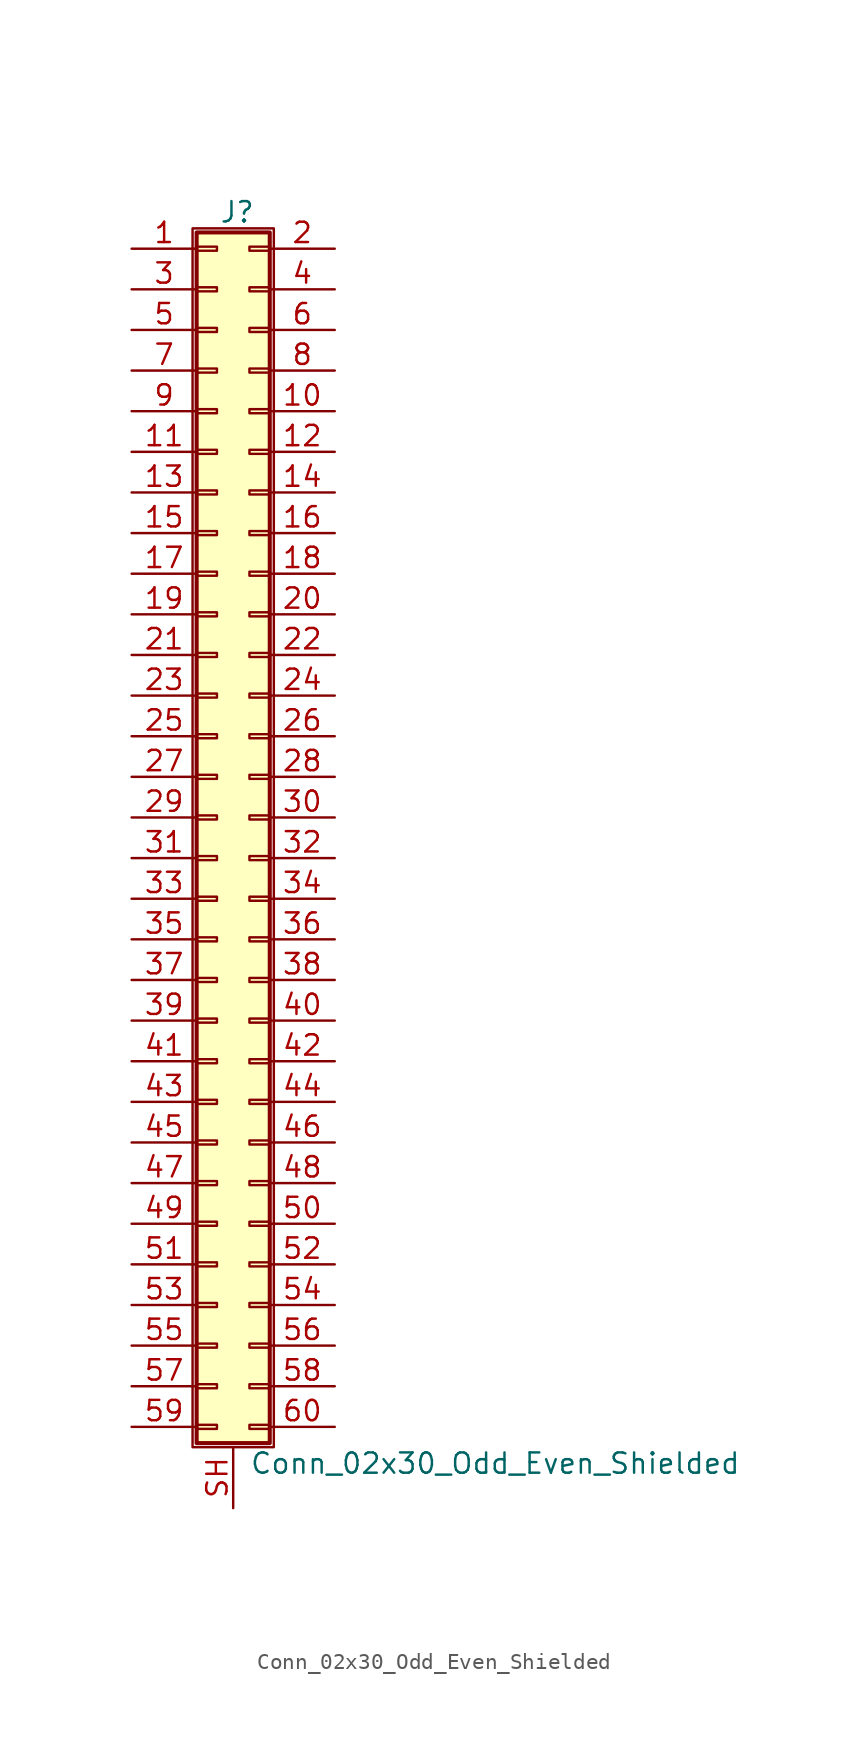
<source format=kicad_sym>
(kicad_symbol_lib
  (version 20201005)
  (generator kicad_symbol_editor)
  (symbol "Connector_Generic_Shielded:Conn_02x30_Odd_Even_Shielded"
    (pin_names
      (offset 1.016) hide)
    (property "Reference" "J"
      (at 1.524 37.846 0)
      (effects (font (size 1.27 1.27))))
    (property "Value" "Conn_02x30_Odd_Even_Shielded"
      (at 2.286 -40.386 0)
      (effects (font (size 1.27 1.27)) (justify left)))
    (symbol "Conn_02x30_Odd_Even_Shielded_1_1"
      (rectangle (start -1.016 -27.813) (end 0.254 -28.067) (stroke (width 0.152)) (fill (type none)))
      (rectangle (start -1.016 -30.353) (end 0.254 -30.607) (stroke (width 0.152)) (fill (type none)))
      (rectangle (start -1.016 -32.893) (end 0.254 -33.147) (stroke (width 0.152)) (fill (type none)))
      (rectangle (start -1.016 -35.433) (end 0.254 -35.687) (stroke (width 0.152)) (fill (type none)))
      (rectangle (start -1.016 -37.973) (end 0.254 -38.227) (stroke (width 0.152)) (fill (type none)))
      (rectangle (start -1.016 -4.953) (end 0.254 -5.207) (stroke (width 0.152)) (fill (type none)))
      (rectangle (start -1.016 -7.493) (end 0.254 -7.747) (stroke (width 0.152)) (fill (type none)))
      (rectangle (start -1.016 -10.033) (end 0.254 -10.287) (stroke (width 0.152)) (fill (type none)))
      (rectangle (start -1.016 -12.573) (end 0.254 -12.827) (stroke (width 0.152)) (fill (type none)))
      (rectangle (start -1.016 -15.113) (end 0.254 -15.367) (stroke (width 0.152)) (fill (type none)))
      (rectangle (start -1.016 -17.653) (end 0.254 -17.907) (stroke (width 0.152)) (fill (type none)))
      (rectangle (start -1.016 -20.193) (end 0.254 -20.447) (stroke (width 0.152)) (fill (type none)))
      (rectangle (start -1.016 -22.733) (end 0.254 -22.987) (stroke (width 0.152)) (fill (type none)))
      (rectangle (start -1.016 -2.413) (end 0.254 -2.667) (stroke (width 0.152)) (fill (type none)))
      (rectangle (start -1.016 -25.273) (end 0.254 -25.527) (stroke (width 0.152)) (fill (type none)))
      (rectangle (start -1.016 25.527) (end 0.254 25.273) (stroke (width 0.152)) (fill (type none)))
      (rectangle (start -1.016 2.667) (end 0.254 2.413) (stroke (width 0.152)) (fill (type none)))
      (rectangle (start -1.016 28.067) (end 0.254 27.813) (stroke (width 0.152)) (fill (type none)))
      (rectangle (start -1.016 30.607) (end 0.254 30.353) (stroke (width 0.152)) (fill (type none)))
      (rectangle (start -1.016 33.147) (end 0.254 32.893) (stroke (width 0.152)) (fill (type none)))
      (rectangle (start -1.016 35.687) (end 0.254 35.433) (stroke (width 0.152)) (fill (type none)))
      (rectangle (start -1.016 36.576) (end 3.556 -39.116) (stroke (width 0.254)) (fill (type background)))
      (rectangle (start -1.016 5.207) (end 0.254 4.953) (stroke (width 0.152)) (fill (type none)))
      (rectangle (start -1.016 7.747) (end 0.254 7.493) (stroke (width 0.152)) (fill (type none)))
      (rectangle (start -1.016 10.287) (end 0.254 10.033) (stroke (width 0.152)) (fill (type none)))
      (rectangle (start -1.016 0.127) (end 0.254 -0.127) (stroke (width 0.152)) (fill (type none)))
      (rectangle (start -1.016 12.827) (end 0.254 12.573) (stroke (width 0.152)) (fill (type none)))
      (rectangle (start -1.016 15.367) (end 0.254 15.113) (stroke (width 0.152)) (fill (type none)))
      (rectangle (start -1.016 17.907) (end 0.254 17.653) (stroke (width 0.152)) (fill (type none)))
      (rectangle (start -1.016 20.447) (end 0.254 20.193) (stroke (width 0.152)) (fill (type none)))
      (rectangle (start -1.016 22.987) (end 0.254 22.733) (stroke (width 0.152)) (fill (type none)))
      (rectangle (start -1.27 36.83) (end 3.81 -39.37) (stroke (width 0.152)) (fill (type none)))
      (rectangle (start 3.556 -27.813) (end 2.286 -28.067) (stroke (width 0.152)) (fill (type none)))
      (rectangle (start 3.556 -30.353) (end 2.286 -30.607) (stroke (width 0.152)) (fill (type none)))
      (rectangle (start 3.556 -32.893) (end 2.286 -33.147) (stroke (width 0.152)) (fill (type none)))
      (rectangle (start 3.556 -35.433) (end 2.286 -35.687) (stroke (width 0.152)) (fill (type none)))
      (rectangle (start 3.556 -37.973) (end 2.286 -38.227) (stroke (width 0.152)) (fill (type none)))
      (rectangle (start 3.556 -4.953) (end 2.286 -5.207) (stroke (width 0.152)) (fill (type none)))
      (rectangle (start 3.556 -7.493) (end 2.286 -7.747) (stroke (width 0.152)) (fill (type none)))
      (rectangle (start 3.556 -10.033) (end 2.286 -10.287) (stroke (width 0.152)) (fill (type none)))
      (rectangle (start 3.556 -12.573) (end 2.286 -12.827) (stroke (width 0.152)) (fill (type none)))
      (rectangle (start 3.556 -15.113) (end 2.286 -15.367) (stroke (width 0.152)) (fill (type none)))
      (rectangle (start 3.556 -17.653) (end 2.286 -17.907) (stroke (width 0.152)) (fill (type none)))
      (rectangle (start 3.556 -20.193) (end 2.286 -20.447) (stroke (width 0.152)) (fill (type none)))
      (rectangle (start 3.556 -22.733) (end 2.286 -22.987) (stroke (width 0.152)) (fill (type none)))
      (rectangle (start 3.556 -2.413) (end 2.286 -2.667) (stroke (width 0.152)) (fill (type none)))
      (rectangle (start 3.556 -25.273) (end 2.286 -25.527) (stroke (width 0.152)) (fill (type none)))
      (rectangle (start 3.556 25.527) (end 2.286 25.273) (stroke (width 0.152)) (fill (type none)))
      (rectangle (start 3.556 2.667) (end 2.286 2.413) (stroke (width 0.152)) (fill (type none)))
      (rectangle (start 3.556 28.067) (end 2.286 27.813) (stroke (width 0.152)) (fill (type none)))
      (rectangle (start 3.556 30.607) (end 2.286 30.353) (stroke (width 0.152)) (fill (type none)))
      (rectangle (start 3.556 33.147) (end 2.286 32.893) (stroke (width 0.152)) (fill (type none)))
      (rectangle (start 3.556 35.687) (end 2.286 35.433) (stroke (width 0.152)) (fill (type none)))
      (rectangle (start 3.556 5.207) (end 2.286 4.953) (stroke (width 0.152)) (fill (type none)))
      (rectangle (start 3.556 7.747) (end 2.286 7.493) (stroke (width 0.152)) (fill (type none)))
      (rectangle (start 3.556 10.287) (end 2.286 10.033) (stroke (width 0.152)) (fill (type none)))
      (rectangle (start 3.556 0.127) (end 2.286 -0.127) (stroke (width 0.152)) (fill (type none)))
      (rectangle (start 3.556 12.827) (end 2.286 12.573) (stroke (width 0.152)) (fill (type none)))
      (rectangle (start 3.556 15.367) (end 2.286 15.113) (stroke (width 0.152)) (fill (type none)))
      (rectangle (start 3.556 17.907) (end 2.286 17.653) (stroke (width 0.152)) (fill (type none)))
      (rectangle (start 3.556 20.447) (end 2.286 20.193) (stroke (width 0.152)) (fill (type none)))
      (rectangle (start 3.556 22.987) (end 2.286 22.733) (stroke (width 0.152)) (fill (type none)))
      (pin passive line (at -5.08 35.56 0) (length 4.064) (name "Pin_1" (effects (font (size 1.27 1.27)))) (number "1" (effects (font (size 1.27 1.27)))))
      (pin passive line (at 7.62 25.4 180) (length 4.064) (name "Pin_10" (effects (font (size 1.27 1.27)))) (number "10" (effects (font (size 1.27 1.27)))))
      (pin passive line (at -5.08 22.86 0) (length 4.064) (name "Pin_11" (effects (font (size 1.27 1.27)))) (number "11" (effects (font (size 1.27 1.27)))))
      (pin passive line (at 7.62 22.86 180) (length 4.064) (name "Pin_12" (effects (font (size 1.27 1.27)))) (number "12" (effects (font (size 1.27 1.27)))))
      (pin passive line (at -5.08 20.32 0) (length 4.064) (name "Pin_13" (effects (font (size 1.27 1.27)))) (number "13" (effects (font (size 1.27 1.27)))))
      (pin passive line (at 7.62 20.32 180) (length 4.064) (name "Pin_14" (effects (font (size 1.27 1.27)))) (number "14" (effects (font (size 1.27 1.27)))))
      (pin passive line (at -5.08 17.78 0) (length 4.064) (name "Pin_15" (effects (font (size 1.27 1.27)))) (number "15" (effects (font (size 1.27 1.27)))))
      (pin passive line (at 7.62 17.78 180) (length 4.064) (name "Pin_16" (effects (font (size 1.27 1.27)))) (number "16" (effects (font (size 1.27 1.27)))))
      (pin passive line (at -5.08 15.24 0) (length 4.064) (name "Pin_17" (effects (font (size 1.27 1.27)))) (number "17" (effects (font (size 1.27 1.27)))))
      (pin passive line (at 7.62 15.24 180) (length 4.064) (name "Pin_18" (effects (font (size 1.27 1.27)))) (number "18" (effects (font (size 1.27 1.27)))))
      (pin passive line (at -5.08 12.7 0) (length 4.064) (name "Pin_19" (effects (font (size 1.27 1.27)))) (number "19" (effects (font (size 1.27 1.27)))))
      (pin passive line (at 7.62 35.56 180) (length 4.064) (name "Pin_2" (effects (font (size 1.27 1.27)))) (number "2" (effects (font (size 1.27 1.27)))))
      (pin passive line (at 7.62 12.7 180) (length 4.064) (name "Pin_20" (effects (font (size 1.27 1.27)))) (number "20" (effects (font (size 1.27 1.27)))))
      (pin passive line (at -5.08 10.16 0) (length 4.064) (name "Pin_21" (effects (font (size 1.27 1.27)))) (number "21" (effects (font (size 1.27 1.27)))))
      (pin passive line (at 7.62 10.16 180) (length 4.064) (name "Pin_22" (effects (font (size 1.27 1.27)))) (number "22" (effects (font (size 1.27 1.27)))))
      (pin passive line (at -5.08 7.62 0) (length 4.064) (name "Pin_23" (effects (font (size 1.27 1.27)))) (number "23" (effects (font (size 1.27 1.27)))))
      (pin passive line (at 7.62 7.62 180) (length 4.064) (name "Pin_24" (effects (font (size 1.27 1.27)))) (number "24" (effects (font (size 1.27 1.27)))))
      (pin passive line (at -5.08 5.08 0) (length 4.064) (name "Pin_25" (effects (font (size 1.27 1.27)))) (number "25" (effects (font (size 1.27 1.27)))))
      (pin passive line (at 7.62 5.08 180) (length 4.064) (name "Pin_26" (effects (font (size 1.27 1.27)))) (number "26" (effects (font (size 1.27 1.27)))))
      (pin passive line (at -5.08 2.54 0) (length 4.064) (name "Pin_27" (effects (font (size 1.27 1.27)))) (number "27" (effects (font (size 1.27 1.27)))))
      (pin passive line (at 7.62 2.54 180) (length 4.064) (name "Pin_28" (effects (font (size 1.27 1.27)))) (number "28" (effects (font (size 1.27 1.27)))))
      (pin passive line (at -5.08 0 0) (length 4.064) (name "Pin_29" (effects (font (size 1.27 1.27)))) (number "29" (effects (font (size 1.27 1.27)))))
      (pin passive line (at -5.08 33.02 0) (length 4.064) (name "Pin_3" (effects (font (size 1.27 1.27)))) (number "3" (effects (font (size 1.27 1.27)))))
      (pin passive line (at 7.62 0 180) (length 4.064) (name "Pin_30" (effects (font (size 1.27 1.27)))) (number "30" (effects (font (size 1.27 1.27)))))
      (pin passive line (at -5.08 -2.54 0) (length 4.064) (name "Pin_31" (effects (font (size 1.27 1.27)))) (number "31" (effects (font (size 1.27 1.27)))))
      (pin passive line (at 7.62 -2.54 180) (length 4.064) (name "Pin_32" (effects (font (size 1.27 1.27)))) (number "32" (effects (font (size 1.27 1.27)))))
      (pin passive line (at -5.08 -5.08 0) (length 4.064) (name "Pin_33" (effects (font (size 1.27 1.27)))) (number "33" (effects (font (size 1.27 1.27)))))
      (pin passive line (at 7.62 -5.08 180) (length 4.064) (name "Pin_34" (effects (font (size 1.27 1.27)))) (number "34" (effects (font (size 1.27 1.27)))))
      (pin passive line (at -5.08 -7.62 0) (length 4.064) (name "Pin_35" (effects (font (size 1.27 1.27)))) (number "35" (effects (font (size 1.27 1.27)))))
      (pin passive line (at 7.62 -7.62 180) (length 4.064) (name "Pin_36" (effects (font (size 1.27 1.27)))) (number "36" (effects (font (size 1.27 1.27)))))
      (pin passive line (at -5.08 -10.16 0) (length 4.064) (name "Pin_37" (effects (font (size 1.27 1.27)))) (number "37" (effects (font (size 1.27 1.27)))))
      (pin passive line (at 7.62 -10.16 180) (length 4.064) (name "Pin_38" (effects (font (size 1.27 1.27)))) (number "38" (effects (font (size 1.27 1.27)))))
      (pin passive line (at -5.08 -12.7 0) (length 4.064) (name "Pin_39" (effects (font (size 1.27 1.27)))) (number "39" (effects (font (size 1.27 1.27)))))
      (pin passive line (at 7.62 33.02 180) (length 4.064) (name "Pin_4" (effects (font (size 1.27 1.27)))) (number "4" (effects (font (size 1.27 1.27)))))
      (pin passive line (at 7.62 -12.7 180) (length 4.064) (name "Pin_40" (effects (font (size 1.27 1.27)))) (number "40" (effects (font (size 1.27 1.27)))))
      (pin passive line (at -5.08 -15.24 0) (length 4.064) (name "Pin_41" (effects (font (size 1.27 1.27)))) (number "41" (effects (font (size 1.27 1.27)))))
      (pin passive line (at 7.62 -15.24 180) (length 4.064) (name "Pin_42" (effects (font (size 1.27 1.27)))) (number "42" (effects (font (size 1.27 1.27)))))
      (pin passive line (at -5.08 -17.78 0) (length 4.064) (name "Pin_43" (effects (font (size 1.27 1.27)))) (number "43" (effects (font (size 1.27 1.27)))))
      (pin passive line (at 7.62 -17.78 180) (length 4.064) (name "Pin_44" (effects (font (size 1.27 1.27)))) (number "44" (effects (font (size 1.27 1.27)))))
      (pin passive line (at -5.08 -20.32 0) (length 4.064) (name "Pin_45" (effects (font (size 1.27 1.27)))) (number "45" (effects (font (size 1.27 1.27)))))
      (pin passive line (at 7.62 -20.32 180) (length 4.064) (name "Pin_46" (effects (font (size 1.27 1.27)))) (number "46" (effects (font (size 1.27 1.27)))))
      (pin passive line (at -5.08 -22.86 0) (length 4.064) (name "Pin_47" (effects (font (size 1.27 1.27)))) (number "47" (effects (font (size 1.27 1.27)))))
      (pin passive line (at 7.62 -22.86 180) (length 4.064) (name "Pin_48" (effects (font (size 1.27 1.27)))) (number "48" (effects (font (size 1.27 1.27)))))
      (pin passive line (at -5.08 -25.4 0) (length 4.064) (name "Pin_49" (effects (font (size 1.27 1.27)))) (number "49" (effects (font (size 1.27 1.27)))))
      (pin passive line (at -5.08 30.48 0) (length 4.064) (name "Pin_5" (effects (font (size 1.27 1.27)))) (number "5" (effects (font (size 1.27 1.27)))))
      (pin passive line (at 7.62 -25.4 180) (length 4.064) (name "Pin_50" (effects (font (size 1.27 1.27)))) (number "50" (effects (font (size 1.27 1.27)))))
      (pin passive line (at -5.08 -27.94 0) (length 4.064) (name "Pin_51" (effects (font (size 1.27 1.27)))) (number "51" (effects (font (size 1.27 1.27)))))
      (pin passive line (at 7.62 -27.94 180) (length 4.064) (name "Pin_52" (effects (font (size 1.27 1.27)))) (number "52" (effects (font (size 1.27 1.27)))))
      (pin passive line (at -5.08 -30.48 0) (length 4.064) (name "Pin_53" (effects (font (size 1.27 1.27)))) (number "53" (effects (font (size 1.27 1.27)))))
      (pin passive line (at 7.62 -30.48 180) (length 4.064) (name "Pin_54" (effects (font (size 1.27 1.27)))) (number "54" (effects (font (size 1.27 1.27)))))
      (pin passive line (at -5.08 -33.02 0) (length 4.064) (name "Pin_55" (effects (font (size 1.27 1.27)))) (number "55" (effects (font (size 1.27 1.27)))))
      (pin passive line (at 7.62 -33.02 180) (length 4.064) (name "Pin_56" (effects (font (size 1.27 1.27)))) (number "56" (effects (font (size 1.27 1.27)))))
      (pin passive line (at -5.08 -35.56 0) (length 4.064) (name "Pin_57" (effects (font (size 1.27 1.27)))) (number "57" (effects (font (size 1.27 1.27)))))
      (pin passive line (at 7.62 -35.56 180) (length 4.064) (name "Pin_58" (effects (font (size 1.27 1.27)))) (number "58" (effects (font (size 1.27 1.27)))))
      (pin passive line (at -5.08 -38.1 0) (length 4.064) (name "Pin_59" (effects (font (size 1.27 1.27)))) (number "59" (effects (font (size 1.27 1.27)))))
      (pin passive line (at 7.62 30.48 180) (length 4.064) (name "Pin_6" (effects (font (size 1.27 1.27)))) (number "6" (effects (font (size 1.27 1.27)))))
      (pin passive line (at 7.62 -38.1 180) (length 4.064) (name "Pin_60" (effects (font (size 1.27 1.27)))) (number "60" (effects (font (size 1.27 1.27)))))
      (pin passive line (at -5.08 27.94 0) (length 4.064) (name "Pin_7" (effects (font (size 1.27 1.27)))) (number "7" (effects (font (size 1.27 1.27)))))
      (pin passive line (at 7.62 27.94 180) (length 4.064) (name "Pin_8" (effects (font (size 1.27 1.27)))) (number "8" (effects (font (size 1.27 1.27)))))
      (pin passive line (at -5.08 25.4 0) (length 4.064) (name "Pin_9" (effects (font (size 1.27 1.27)))) (number "9" (effects (font (size 1.27 1.27)))))
      (pin passive line (at 1.27 -43.18 90) (length 3.81) (name "Shield" (effects (font (size 1.27 1.27)))) (number "SH" (effects (font (size 1.27 1.27))))))))
</source>
